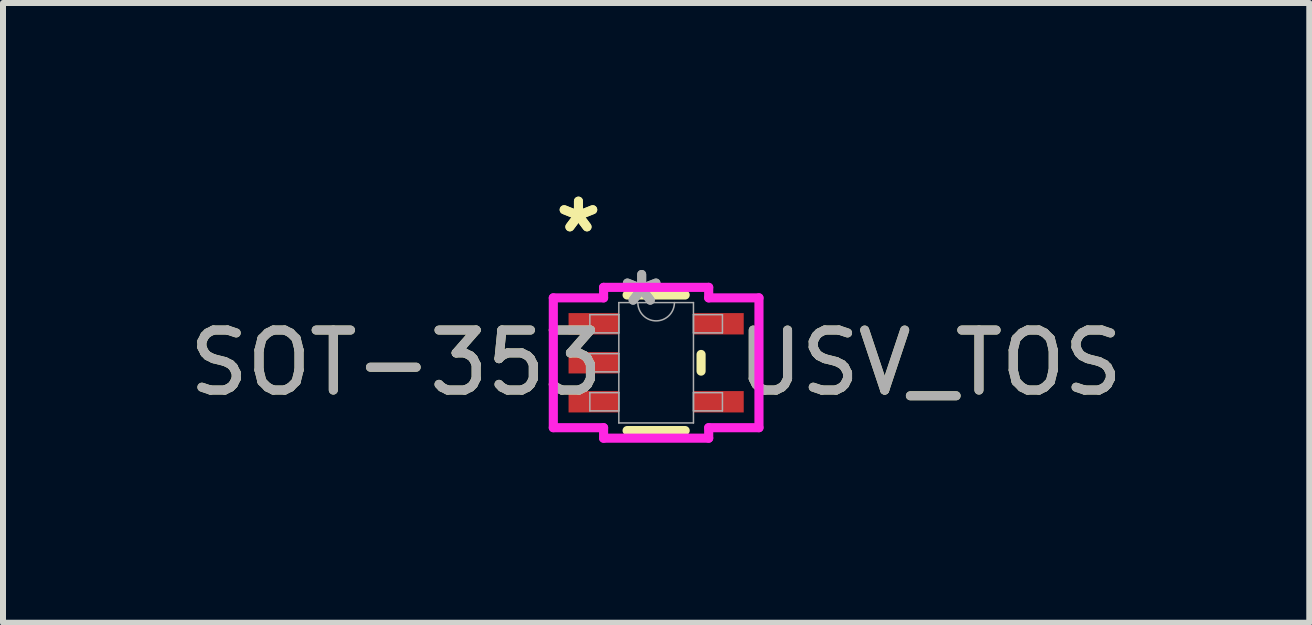
<source format=kicad_pcb>
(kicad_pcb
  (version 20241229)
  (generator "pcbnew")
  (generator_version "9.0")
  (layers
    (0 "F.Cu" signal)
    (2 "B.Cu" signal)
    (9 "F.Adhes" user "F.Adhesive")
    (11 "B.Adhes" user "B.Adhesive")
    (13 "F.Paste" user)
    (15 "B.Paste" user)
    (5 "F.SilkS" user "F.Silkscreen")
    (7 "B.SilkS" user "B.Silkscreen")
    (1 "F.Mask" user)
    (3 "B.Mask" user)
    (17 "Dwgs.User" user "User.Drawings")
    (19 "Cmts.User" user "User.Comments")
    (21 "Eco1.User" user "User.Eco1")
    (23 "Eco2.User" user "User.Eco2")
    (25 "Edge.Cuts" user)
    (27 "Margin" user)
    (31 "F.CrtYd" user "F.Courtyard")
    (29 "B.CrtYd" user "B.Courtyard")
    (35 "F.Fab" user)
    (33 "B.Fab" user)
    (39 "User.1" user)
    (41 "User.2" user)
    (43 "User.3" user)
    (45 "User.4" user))
  (footprint "SOT-353   USV_TOS"
    (layer "F.Cu")
    (at 7.887 2.997)
    (property "Reference" "SOT-353   USV_TOS" (at 0 0 0) (unlocked yes) (layer "F.SilkS") (effects (font (size 1 1) (thickness 0.15))))
    (attr smd)
    (fp_line (start -0.484 1.13) (end 0.484 1.13) (stroke (width 0.152) (type solid)) (layer "F.SilkS"))
    (fp_line (start 0.484 -1.13) (end -0.484 -1.13) (stroke (width 0.152) (type solid)) (layer "F.SilkS"))
    (fp_line (start 0.749 0.139) (end 0.749 -0.139) (stroke (width 0.152) (type solid)) (layer "F.SilkS"))
    (fp_line (start -1.714 -1.082) (end -0.876 -1.082) (stroke (width 0.152) (type solid)) (layer "F.CrtYd"))
    (fp_line (start -1.714 1.082) (end -1.714 -1.082) (stroke (width 0.152) (type solid)) (layer "F.CrtYd"))
    (fp_line (start -1.714 1.082) (end -0.876 1.082) (stroke (width 0.152) (type solid)) (layer "F.CrtYd"))
    (fp_line (start -0.876 -1.257) (end 0.876 -1.257) (stroke (width 0.152) (type solid)) (layer "F.CrtYd"))
    (fp_line (start -0.876 -1.082) (end -0.876 -1.257) (stroke (width 0.152) (type solid)) (layer "F.CrtYd"))
    (fp_line (start -0.876 1.257) (end -0.876 1.082) (stroke (width 0.152) (type solid)) (layer "F.CrtYd"))
    (fp_line (start 0.876 -1.257) (end 0.876 -1.082) (stroke (width 0.152) (type solid)) (layer "F.CrtYd"))
    (fp_line (start 0.876 1.082) (end 0.876 1.257) (stroke (width 0.152) (type solid)) (layer "F.CrtYd"))
    (fp_line (start 0.876 1.257) (end -0.876 1.257) (stroke (width 0.152) (type solid)) (layer "F.CrtYd"))
    (fp_line (start 1.714 -1.082) (end 0.876 -1.082) (stroke (width 0.152) (type solid)) (layer "F.CrtYd"))
    (fp_line (start 1.714 -1.082) (end 1.714 1.082) (stroke (width 0.152) (type solid)) (layer "F.CrtYd"))
    (fp_line (start 1.714 1.082) (end 0.876 1.082) (stroke (width 0.152) (type solid)) (layer "F.CrtYd"))
    (fp_line (start -1.105 -0.802) (end -1.105 -0.498) (stroke (width 0.025) (type solid)) (layer "F.Fab"))
    (fp_line (start -1.105 -0.498) (end -0.622 -0.498) (stroke (width 0.025) (type solid)) (layer "F.Fab"))
    (fp_line (start -1.105 -0.152) (end -1.105 0.152) (stroke (width 0.025) (type solid)) (layer "F.Fab"))
    (fp_line (start -1.105 0.152) (end -0.622 0.152) (stroke (width 0.025) (type solid)) (layer "F.Fab"))
    (fp_line (start -1.105 0.498) (end -1.105 0.802) (stroke (width 0.025) (type solid)) (layer "F.Fab"))
    (fp_line (start -1.105 0.802) (end -0.622 0.802) (stroke (width 0.025) (type solid)) (layer "F.Fab"))
    (fp_line (start -0.622 -1.003) (end -0.622 1.003) (stroke (width 0.025) (type solid)) (layer "F.Fab"))
    (fp_line (start -0.622 -0.802) (end -1.105 -0.802) (stroke (width 0.025) (type solid)) (layer "F.Fab"))
    (fp_line (start -0.622 -0.498) (end -0.622 -0.802) (stroke (width 0.025) (type solid)) (layer "F.Fab"))
    (fp_line (start -0.622 -0.152) (end -1.105 -0.152) (stroke (width 0.025) (type solid)) (layer "F.Fab"))
    (fp_line (start -0.622 0.152) (end -0.622 -0.152) (stroke (width 0.025) (type solid)) (layer "F.Fab"))
    (fp_line (start -0.622 0.498) (end -1.105 0.498) (stroke (width 0.025) (type solid)) (layer "F.Fab"))
    (fp_line (start -0.622 0.802) (end -0.622 0.498) (stroke (width 0.025) (type solid)) (layer "F.Fab"))
    (fp_line (start -0.622 1.003) (end 0.622 1.003) (stroke (width 0.025) (type solid)) (layer "F.Fab"))
    (fp_line (start 0.622 -1.003) (end -0.622 -1.003) (stroke (width 0.025) (type solid)) (layer "F.Fab"))
    (fp_line (start 0.622 -0.802) (end 0.622 -0.498) (stroke (width 0.025) (type solid)) (layer "F.Fab"))
    (fp_line (start 0.622 -0.498) (end 1.105 -0.498) (stroke (width 0.025) (type solid)) (layer "F.Fab"))
    (fp_line (start 0.622 0.498) (end 0.622 0.802) (stroke (width 0.025) (type solid)) (layer "F.Fab"))
    (fp_line (start 0.622 0.802) (end 1.105 0.802) (stroke (width 0.025) (type solid)) (layer "F.Fab"))
    (fp_line (start 0.622 1.003) (end 0.622 -1.003) (stroke (width 0.025) (type solid)) (layer "F.Fab"))
    (fp_line (start 1.105 -0.802) (end 0.622 -0.802) (stroke (width 0.025) (type solid)) (layer "F.Fab"))
    (fp_line (start 1.105 -0.498) (end 1.105 -0.802) (stroke (width 0.025) (type solid)) (layer "F.Fab"))
    (fp_line (start 1.105 0.498) (end 0.622 0.498) (stroke (width 0.025) (type solid)) (layer "F.Fab"))
    (fp_line (start 1.105 0.802) (end 1.105 0.498) (stroke (width 0.025) (type solid)) (layer "F.Fab"))
    (fp_arc (start 0.3048 -1.0033) (mid 0 -0.6985) (end -0.3048 -1.0033) (stroke (width 0.0254) (type solid)) (layer "F.Fab"))
    (fp_text user "*" (at -1.295 -2.149 0) (layer "F.SilkS") (effects (font (size 1 1) (thickness 0.15))))
    (fp_text user "*" (at -1.295 -2.149 0) (unlocked yes) (layer "F.SilkS") (effects (font (size 1 1) (thickness 0.15))))
    (fp_text user "*" (at -0.241 -0.927 0) (unlocked yes) (layer "F.Fab") (effects (font (size 1 1) (thickness 0.15))))
    (fp_text user "*" (at -0.241 -0.927 0) (layer "F.Fab") (effects (font (size 1 1) (thickness 0.15))))
    (fp_text user "${REFERENCE}" (at 0 0 0) (unlocked yes) (layer "F.Fab") (effects (font (size 1 1) (thickness 0.15))))
    (pad "1" smd rect (at -1.041 -0.65) (size 0.838 0.356) (layers "F.Cu" "F.Mask" "F.Paste"))
    (pad "2" smd rect (at -1.041 0) (size 0.838 0.356) (layers "F.Cu" "F.Mask" "F.Paste"))
    (pad "3" smd rect (at -1.041 0.65) (size 0.838 0.356) (layers "F.Cu" "F.Mask" "F.Paste"))
    (pad "4" smd rect (at 1.041 0.65) (size 0.838 0.356) (layers "F.Cu" "F.Mask" "F.Paste"))
    (pad "5" smd rect (at 1.041 -0.65) (size 0.838 0.356) (layers "F.Cu" "F.Mask" "F.Paste")))
  (gr_rect
    (start -3 -3)
    (end 18.774 7.33)
    (stroke (width 0.1) (type default))
    (fill no)
    (layer "Edge.Cuts")))
</source>
